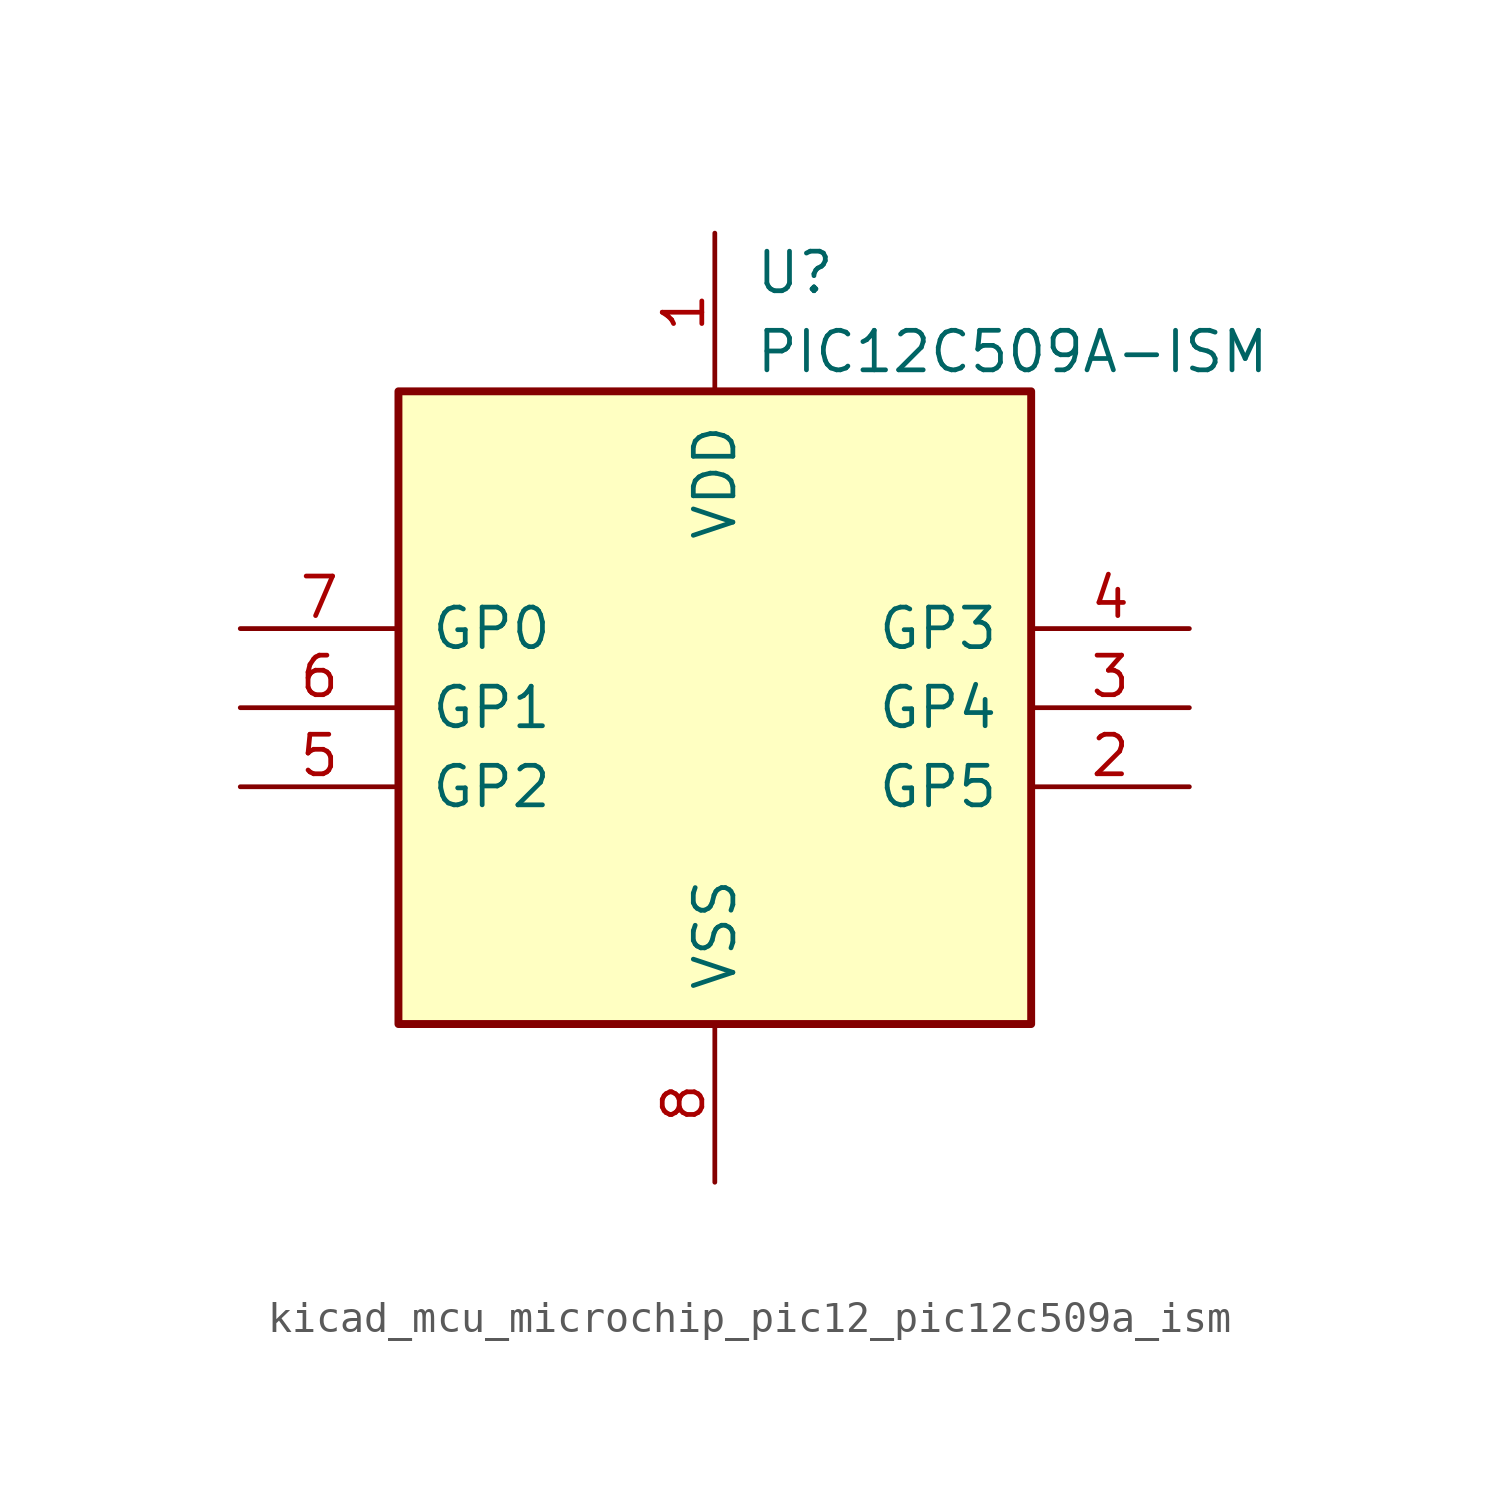
<source format=kicad_sym>
(kicad_symbol_lib
  (version 20220914)
  (generator kicad_symbol_editor)
  (symbol "kicad_mcu_microchip_pic12_pic12c509a_ism"
    (pin_names
      (offset 1.016))
    (property "Reference" "U"
      (at 1.27 13.97 0)
      (effects (font (size 1.27 1.27)) (justify left)))
    (property "Value" "PIC12C509A-ISM"
      (at 1.27 11.43 0)
      (effects (font (size 1.27 1.27)) (justify left)))
    (symbol "kicad_mcu_microchip_pic12_pic12c509a_ism_0_1"
      (rectangle (start 10.16 -10.16) (end -10.16 10.16) (stroke (width 0.254) (type default)) (fill (type background))))
    (symbol "kicad_mcu_microchip_pic12_pic12c509a_ism_1_1"
      (pin power_in line (at 0 15.24 270) (length 5.08) (name "VDD" (effects (font (size 1.27 1.27)))) (number "1" (effects (font (size 1.27 1.27)))))
      (pin bidirectional line (at 15.24 -2.54 180) (length 5.08) (name "GP5" (effects (font (size 1.27 1.27)))) (number "2" (effects (font (size 1.27 1.27)))))
      (pin bidirectional line (at 15.24 0 180) (length 5.08) (name "GP4" (effects (font (size 1.27 1.27)))) (number "3" (effects (font (size 1.27 1.27)))))
      (pin input line (at 15.24 2.54 180) (length 5.08) (name "GP3" (effects (font (size 1.27 1.27)))) (number "4" (effects (font (size 1.27 1.27)))))
      (pin bidirectional line (at -15.24 -2.54 0) (length 5.08) (name "GP2" (effects (font (size 1.27 1.27)))) (number "5" (effects (font (size 1.27 1.27)))))
      (pin bidirectional line (at -15.24 0 0) (length 5.08) (name "GP1" (effects (font (size 1.27 1.27)))) (number "6" (effects (font (size 1.27 1.27)))))
      (pin bidirectional line (at -15.24 2.54 0) (length 5.08) (name "GP0" (effects (font (size 1.27 1.27)))) (number "7" (effects (font (size 1.27 1.27)))))
      (pin power_in line (at 0 -15.24 90) (length 5.08) (name "VSS" (effects (font (size 1.27 1.27)))) (number "8" (effects (font (size 1.27 1.27))))))))
</source>
